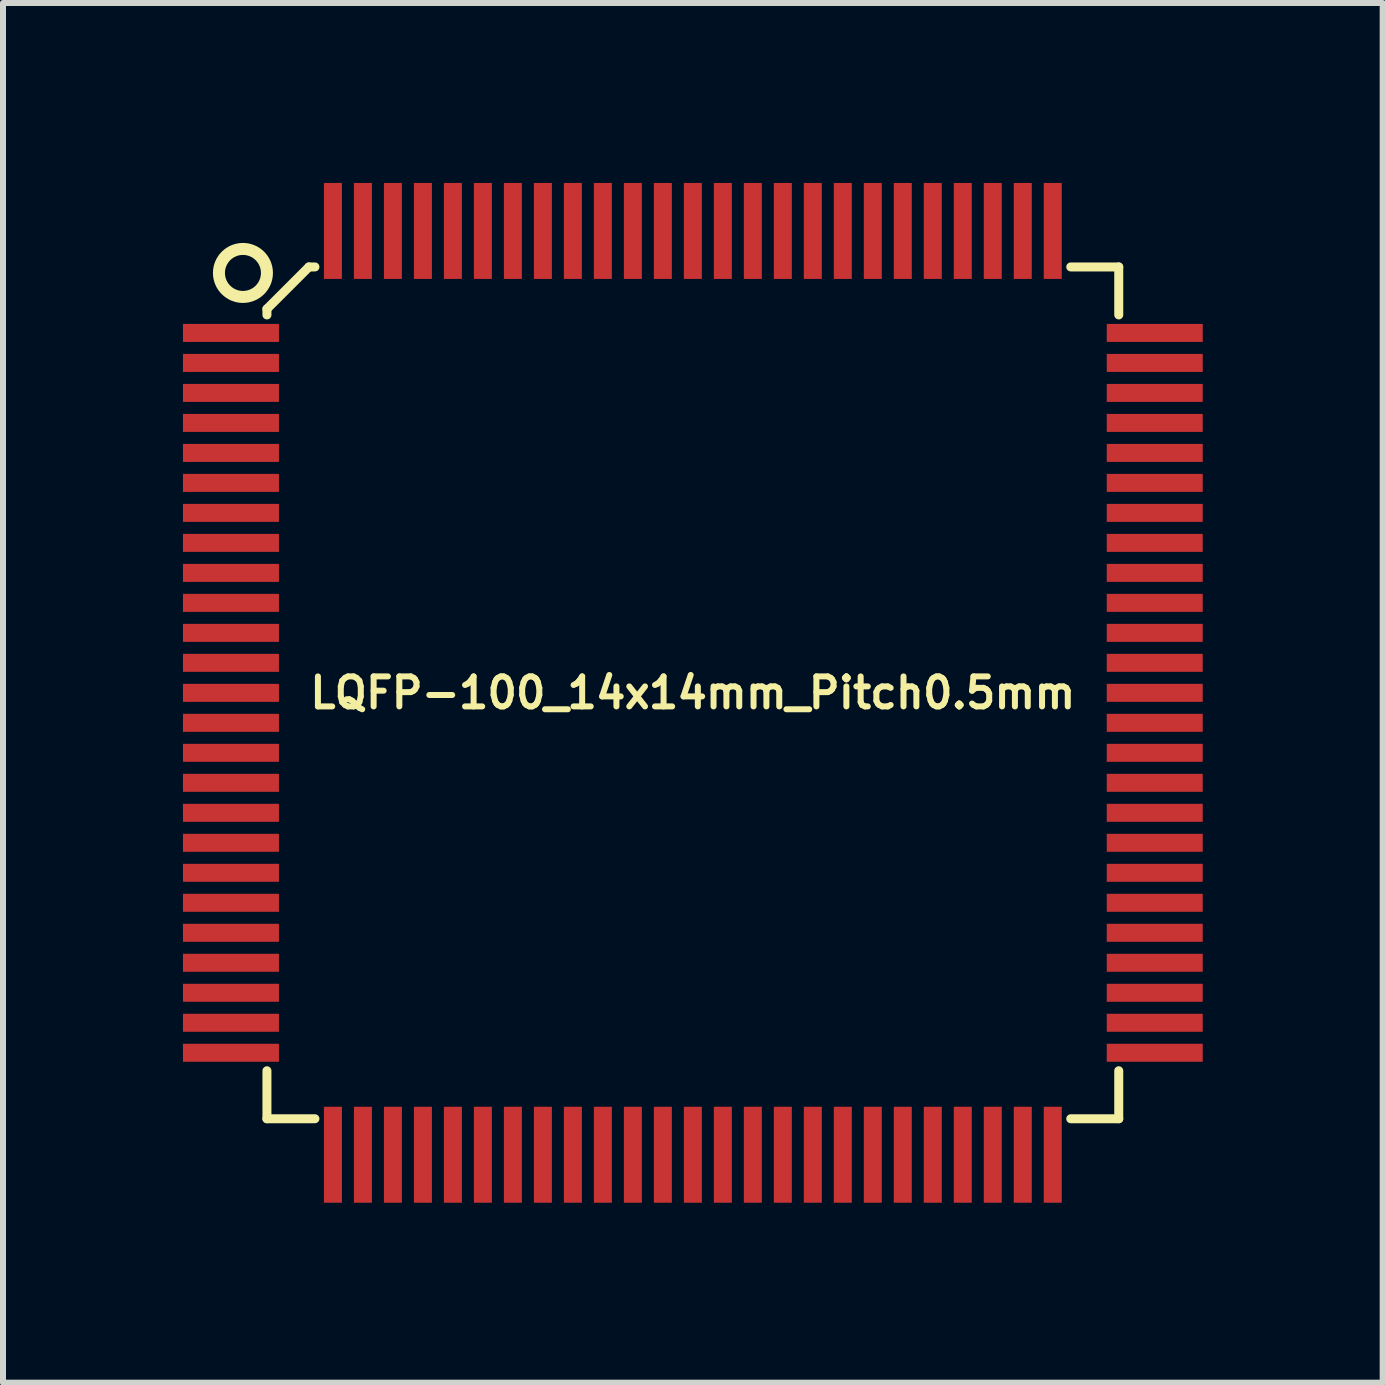
<source format=kicad_pcb>
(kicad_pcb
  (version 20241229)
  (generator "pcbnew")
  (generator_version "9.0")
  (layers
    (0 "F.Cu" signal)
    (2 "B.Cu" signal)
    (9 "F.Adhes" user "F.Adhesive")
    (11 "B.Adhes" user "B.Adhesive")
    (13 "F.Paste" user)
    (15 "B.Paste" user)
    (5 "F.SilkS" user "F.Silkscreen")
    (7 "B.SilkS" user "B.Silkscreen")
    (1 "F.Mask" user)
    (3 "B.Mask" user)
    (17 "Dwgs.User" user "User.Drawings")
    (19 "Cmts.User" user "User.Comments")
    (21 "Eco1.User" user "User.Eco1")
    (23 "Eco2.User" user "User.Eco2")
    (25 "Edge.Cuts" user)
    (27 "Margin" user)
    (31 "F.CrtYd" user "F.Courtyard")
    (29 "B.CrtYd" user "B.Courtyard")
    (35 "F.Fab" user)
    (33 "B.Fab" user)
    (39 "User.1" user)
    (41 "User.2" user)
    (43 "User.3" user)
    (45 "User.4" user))
  (footprint "LQFP-100_14x14mm_Pitch0.5mm"
    (layer "F.Cu")
    (at 8.5 8.5)
    (property "Reference" "LQFP-100_14x14mm_Pitch0.5mm" (at 0 0 0) (layer "F.SilkS") (effects (font (size 0.5 0.5) (thickness 0.1))))
    (attr smd)
    (fp_line (start -7.1 -6.4) (end -6.4 -7.1) (stroke (width 0.15) (type solid)) (layer "F.SilkS"))
    (fp_line (start -7.1 -6.3) (end -7.1 -6.4) (stroke (width 0.15) (type solid)) (layer "F.SilkS"))
    (fp_line (start -7.1 6.3) (end -7.1 7.1) (stroke (width 0.15) (type solid)) (layer "F.SilkS"))
    (fp_line (start -7.1 7.1) (end -6.3 7.1) (stroke (width 0.15) (type solid)) (layer "F.SilkS"))
    (fp_line (start -6.4 -7.1) (end -6.3 -7.1) (stroke (width 0.15) (type solid)) (layer "F.SilkS"))
    (fp_line (start 6.3 -7.1) (end 7.1 -7.1) (stroke (width 0.15) (type solid)) (layer "F.SilkS"))
    (fp_line (start 6.3 7.1) (end 7.1 7.1) (stroke (width 0.15) (type solid)) (layer "F.SilkS"))
    (fp_line (start 7.1 -7.1) (end 7.1 -6.3) (stroke (width 0.15) (type solid)) (layer "F.SilkS"))
    (fp_line (start 7.1 7.1) (end 7.1 6.3) (stroke (width 0.15) (type solid)) (layer "F.SilkS"))
    (fp_circle (center -7.5 -7) (end -7.1 -7) (stroke (width 0.2) (type solid)) (fill no) (layer "F.SilkS"))
    (pad "1" smd rect (at -7.7 -6) (size 1.6 0.3) (layers "F.Cu" "F.Mask" "F.Paste"))
    (pad "2" smd rect (at -7.7 -5.5) (size 1.6 0.3) (layers "F.Cu" "F.Mask" "F.Paste"))
    (pad "3" smd rect (at -7.7 -5) (size 1.6 0.3) (layers "F.Cu" "F.Mask" "F.Paste"))
    (pad "4" smd rect (at -7.7 -4.5) (size 1.6 0.3) (layers "F.Cu" "F.Mask" "F.Paste"))
    (pad "5" smd rect (at -7.7 -4) (size 1.6 0.3) (layers "F.Cu" "F.Mask" "F.Paste"))
    (pad "6" smd rect (at -7.7 -3.5) (size 1.6 0.3) (layers "F.Cu" "F.Mask" "F.Paste"))
    (pad "7" smd rect (at -7.7 -3) (size 1.6 0.3) (layers "F.Cu" "F.Mask" "F.Paste"))
    (pad "8" smd rect (at -7.7 -2.5) (size 1.6 0.3) (layers "F.Cu" "F.Mask" "F.Paste"))
    (pad "9" smd rect (at -7.7 -2) (size 1.6 0.3) (layers "F.Cu" "F.Mask" "F.Paste"))
    (pad "10" smd rect (at -7.7 -1.5) (size 1.6 0.3) (layers "F.Cu" "F.Mask" "F.Paste"))
    (pad "11" smd rect (at -7.7 -1) (size 1.6 0.3) (layers "F.Cu" "F.Mask" "F.Paste"))
    (pad "12" smd rect (at -7.7 -0.5) (size 1.6 0.3) (layers "F.Cu" "F.Mask" "F.Paste"))
    (pad "13" smd rect (at -7.7 0) (size 1.6 0.3) (layers "F.Cu" "F.Mask" "F.Paste"))
    (pad "14" smd rect (at -7.7 0.5) (size 1.6 0.3) (layers "F.Cu" "F.Mask" "F.Paste"))
    (pad "15" smd rect (at -7.7 1) (size 1.6 0.3) (layers "F.Cu" "F.Mask" "F.Paste"))
    (pad "16" smd rect (at -7.7 1.5) (size 1.6 0.3) (layers "F.Cu" "F.Mask" "F.Paste"))
    (pad "17" smd rect (at -7.7 2) (size 1.6 0.3) (layers "F.Cu" "F.Mask" "F.Paste"))
    (pad "18" smd rect (at -7.7 2.5) (size 1.6 0.3) (layers "F.Cu" "F.Mask" "F.Paste"))
    (pad "19" smd rect (at -7.7 3) (size 1.6 0.3) (layers "F.Cu" "F.Mask" "F.Paste"))
    (pad "20" smd rect (at -7.7 3.5) (size 1.6 0.3) (layers "F.Cu" "F.Mask" "F.Paste"))
    (pad "21" smd rect (at -7.7 4) (size 1.6 0.3) (layers "F.Cu" "F.Mask" "F.Paste"))
    (pad "22" smd rect (at -7.7 4.5) (size 1.6 0.3) (layers "F.Cu" "F.Mask" "F.Paste"))
    (pad "23" smd rect (at -7.7 5) (size 1.6 0.3) (layers "F.Cu" "F.Mask" "F.Paste"))
    (pad "24" smd rect (at -7.7 5.5) (size 1.6 0.3) (layers "F.Cu" "F.Mask" "F.Paste"))
    (pad "25" smd rect (at -7.7 6) (size 1.6 0.3) (layers "F.Cu" "F.Mask" "F.Paste"))
    (pad "26" smd rect (at -6 7.7 90) (size 1.6 0.3) (layers "F.Cu" "F.Mask" "F.Paste"))
    (pad "27" smd rect (at -5.5 7.7 90) (size 1.6 0.3) (layers "F.Cu" "F.Mask" "F.Paste"))
    (pad "28" smd rect (at -5 7.7 90) (size 1.6 0.3) (layers "F.Cu" "F.Mask" "F.Paste"))
    (pad "29" smd rect (at -4.5 7.7 90) (size 1.6 0.3) (layers "F.Cu" "F.Mask" "F.Paste"))
    (pad "30" smd rect (at -4 7.7 90) (size 1.6 0.3) (layers "F.Cu" "F.Mask" "F.Paste"))
    (pad "31" smd rect (at -3.5 7.7 90) (size 1.6 0.3) (layers "F.Cu" "F.Mask" "F.Paste"))
    (pad "32" smd rect (at -3 7.7 90) (size 1.6 0.3) (layers "F.Cu" "F.Mask" "F.Paste"))
    (pad "33" smd rect (at -2.5 7.7 90) (size 1.6 0.3) (layers "F.Cu" "F.Mask" "F.Paste"))
    (pad "34" smd rect (at -2 7.7 90) (size 1.6 0.3) (layers "F.Cu" "F.Mask" "F.Paste"))
    (pad "35" smd rect (at -1.5 7.7 90) (size 1.6 0.3) (layers "F.Cu" "F.Mask" "F.Paste"))
    (pad "36" smd rect (at -1 7.7 90) (size 1.6 0.3) (layers "F.Cu" "F.Mask" "F.Paste"))
    (pad "37" smd rect (at -0.5 7.7 90) (size 1.6 0.3) (layers "F.Cu" "F.Mask" "F.Paste"))
    (pad "38" smd rect (at 0 7.7 90) (size 1.6 0.3) (layers "F.Cu" "F.Mask" "F.Paste"))
    (pad "39" smd rect (at 0.5 7.7 90) (size 1.6 0.3) (layers "F.Cu" "F.Mask" "F.Paste"))
    (pad "40" smd rect (at 1 7.7 90) (size 1.6 0.3) (layers "F.Cu" "F.Mask" "F.Paste"))
    (pad "41" smd rect (at 1.5 7.7 90) (size 1.6 0.3) (layers "F.Cu" "F.Mask" "F.Paste"))
    (pad "42" smd rect (at 2 7.7 90) (size 1.6 0.3) (layers "F.Cu" "F.Mask" "F.Paste"))
    (pad "43" smd rect (at 2.5 7.7 90) (size 1.6 0.3) (layers "F.Cu" "F.Mask" "F.Paste"))
    (pad "44" smd rect (at 3 7.7 90) (size 1.6 0.3) (layers "F.Cu" "F.Mask" "F.Paste"))
    (pad "45" smd rect (at 3.5 7.7 90) (size 1.6 0.3) (layers "F.Cu" "F.Mask" "F.Paste"))
    (pad "46" smd rect (at 4 7.7 90) (size 1.6 0.3) (layers "F.Cu" "F.Mask" "F.Paste"))
    (pad "47" smd rect (at 4.5 7.7 90) (size 1.6 0.3) (layers "F.Cu" "F.Mask" "F.Paste"))
    (pad "48" smd rect (at 5 7.7 90) (size 1.6 0.3) (layers "F.Cu" "F.Mask" "F.Paste"))
    (pad "49" smd rect (at 5.5 7.7 90) (size 1.6 0.3) (layers "F.Cu" "F.Mask" "F.Paste"))
    (pad "50" smd rect (at 6 7.7 90) (size 1.6 0.3) (layers "F.Cu" "F.Mask" "F.Paste"))
    (pad "51" smd rect (at 7.7 6) (size 1.6 0.3) (layers "F.Cu" "F.Mask" "F.Paste"))
    (pad "52" smd rect (at 7.7 5.5) (size 1.6 0.3) (layers "F.Cu" "F.Mask" "F.Paste"))
    (pad "53" smd rect (at 7.7 5) (size 1.6 0.3) (layers "F.Cu" "F.Mask" "F.Paste"))
    (pad "54" smd rect (at 7.7 4.5) (size 1.6 0.3) (layers "F.Cu" "F.Mask" "F.Paste"))
    (pad "55" smd rect (at 7.7 4) (size 1.6 0.3) (layers "F.Cu" "F.Mask" "F.Paste"))
    (pad "56" smd rect (at 7.7 3.5) (size 1.6 0.3) (layers "F.Cu" "F.Mask" "F.Paste"))
    (pad "57" smd rect (at 7.7 3) (size 1.6 0.3) (layers "F.Cu" "F.Mask" "F.Paste"))
    (pad "58" smd rect (at 7.7 2.5) (size 1.6 0.3) (layers "F.Cu" "F.Mask" "F.Paste"))
    (pad "59" smd rect (at 7.7 2) (size 1.6 0.3) (layers "F.Cu" "F.Mask" "F.Paste"))
    (pad "60" smd rect (at 7.7 1.5) (size 1.6 0.3) (layers "F.Cu" "F.Mask" "F.Paste"))
    (pad "61" smd rect (at 7.7 1) (size 1.6 0.3) (layers "F.Cu" "F.Mask" "F.Paste"))
    (pad "62" smd rect (at 7.7 0.5) (size 1.6 0.3) (layers "F.Cu" "F.Mask" "F.Paste"))
    (pad "63" smd rect (at 7.7 0) (size 1.6 0.3) (layers "F.Cu" "F.Mask" "F.Paste"))
    (pad "64" smd rect (at 7.7 -0.5) (size 1.6 0.3) (layers "F.Cu" "F.Mask" "F.Paste"))
    (pad "65" smd rect (at 7.7 -1) (size 1.6 0.3) (layers "F.Cu" "F.Mask" "F.Paste"))
    (pad "66" smd rect (at 7.7 -1.5) (size 1.6 0.3) (layers "F.Cu" "F.Mask" "F.Paste"))
    (pad "67" smd rect (at 7.7 -2) (size 1.6 0.3) (layers "F.Cu" "F.Mask" "F.Paste"))
    (pad "68" smd rect (at 7.7 -2.5) (size 1.6 0.3) (layers "F.Cu" "F.Mask" "F.Paste"))
    (pad "69" smd rect (at 7.7 -3) (size 1.6 0.3) (layers "F.Cu" "F.Mask" "F.Paste"))
    (pad "70" smd rect (at 7.7 -3.5) (size 1.6 0.3) (layers "F.Cu" "F.Mask" "F.Paste"))
    (pad "71" smd rect (at 7.7 -4) (size 1.6 0.3) (layers "F.Cu" "F.Mask" "F.Paste"))
    (pad "72" smd rect (at 7.7 -4.5) (size 1.6 0.3) (layers "F.Cu" "F.Mask" "F.Paste"))
    (pad "73" smd rect (at 7.7 -5) (size 1.6 0.3) (layers "F.Cu" "F.Mask" "F.Paste"))
    (pad "74" smd rect (at 7.7 -5.5) (size 1.6 0.3) (layers "F.Cu" "F.Mask" "F.Paste"))
    (pad "75" smd rect (at 7.7 -6) (size 1.6 0.3) (layers "F.Cu" "F.Mask" "F.Paste"))
    (pad "76" smd rect (at 6 -7.7 90) (size 1.6 0.3) (layers "F.Cu" "F.Mask" "F.Paste"))
    (pad "77" smd rect (at 5.5 -7.7 90) (size 1.6 0.3) (layers "F.Cu" "F.Mask" "F.Paste"))
    (pad "78" smd rect (at 5 -7.7 90) (size 1.6 0.3) (layers "F.Cu" "F.Mask" "F.Paste"))
    (pad "79" smd rect (at 4.5 -7.7 90) (size 1.6 0.3) (layers "F.Cu" "F.Mask" "F.Paste"))
    (pad "80" smd rect (at 4 -7.7 90) (size 1.6 0.3) (layers "F.Cu" "F.Mask" "F.Paste"))
    (pad "81" smd rect (at 3.5 -7.7 90) (size 1.6 0.3) (layers "F.Cu" "F.Mask" "F.Paste"))
    (pad "82" smd rect (at 3 -7.7 90) (size 1.6 0.3) (layers "F.Cu" "F.Mask" "F.Paste"))
    (pad "83" smd rect (at 2.5 -7.7 90) (size 1.6 0.3) (layers "F.Cu" "F.Mask" "F.Paste"))
    (pad "84" smd rect (at 2 -7.7 90) (size 1.6 0.3) (layers "F.Cu" "F.Mask" "F.Paste"))
    (pad "85" smd rect (at 1.5 -7.7 90) (size 1.6 0.3) (layers "F.Cu" "F.Mask" "F.Paste"))
    (pad "86" smd rect (at 1 -7.7 90) (size 1.6 0.3) (layers "F.Cu" "F.Mask" "F.Paste"))
    (pad "87" smd rect (at 0.5 -7.7 90) (size 1.6 0.3) (layers "F.Cu" "F.Mask" "F.Paste"))
    (pad "88" smd rect (at 0 -7.7 90) (size 1.6 0.3) (layers "F.Cu" "F.Mask" "F.Paste"))
    (pad "89" smd rect (at -0.5 -7.7 90) (size 1.6 0.3) (layers "F.Cu" "F.Mask" "F.Paste"))
    (pad "90" smd rect (at -1 -7.7 90) (size 1.6 0.3) (layers "F.Cu" "F.Mask" "F.Paste"))
    (pad "91" smd rect (at -1.5 -7.7 90) (size 1.6 0.3) (layers "F.Cu" "F.Mask" "F.Paste"))
    (pad "92" smd rect (at -2 -7.7 90) (size 1.6 0.3) (layers "F.Cu" "F.Mask" "F.Paste"))
    (pad "93" smd rect (at -2.5 -7.7 90) (size 1.6 0.3) (layers "F.Cu" "F.Mask" "F.Paste"))
    (pad "94" smd rect (at -3 -7.7 90) (size 1.6 0.3) (layers "F.Cu" "F.Mask" "F.Paste"))
    (pad "95" smd rect (at -3.5 -7.7 90) (size 1.6 0.3) (layers "F.Cu" "F.Mask" "F.Paste"))
    (pad "96" smd rect (at -4 -7.7 90) (size 1.6 0.3) (layers "F.Cu" "F.Mask" "F.Paste"))
    (pad "97" smd rect (at -4.5 -7.7 90) (size 1.6 0.3) (layers "F.Cu" "F.Mask" "F.Paste"))
    (pad "98" smd rect (at -5 -7.7 90) (size 1.6 0.3) (layers "F.Cu" "F.Mask" "F.Paste"))
    (pad "99" smd rect (at -5.5 -7.7 90) (size 1.6 0.3) (layers "F.Cu" "F.Mask" "F.Paste"))
    (pad "100" smd rect (at -6 -7.7 90) (size 1.6 0.3) (layers "F.Cu" "F.Mask" "F.Paste")))
  (gr_rect
    (start -3 -3)
    (end 20 20)
    (stroke (width 0.1) (type default))
    (fill no)
    (layer "Edge.Cuts")))
</source>
